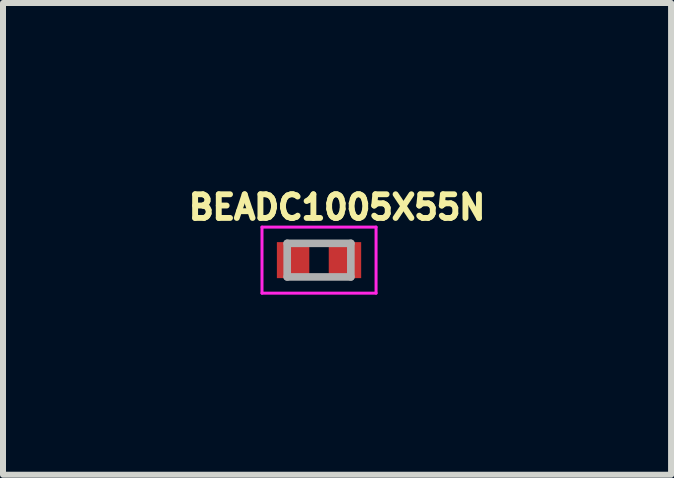
<source format=kicad_pcb>
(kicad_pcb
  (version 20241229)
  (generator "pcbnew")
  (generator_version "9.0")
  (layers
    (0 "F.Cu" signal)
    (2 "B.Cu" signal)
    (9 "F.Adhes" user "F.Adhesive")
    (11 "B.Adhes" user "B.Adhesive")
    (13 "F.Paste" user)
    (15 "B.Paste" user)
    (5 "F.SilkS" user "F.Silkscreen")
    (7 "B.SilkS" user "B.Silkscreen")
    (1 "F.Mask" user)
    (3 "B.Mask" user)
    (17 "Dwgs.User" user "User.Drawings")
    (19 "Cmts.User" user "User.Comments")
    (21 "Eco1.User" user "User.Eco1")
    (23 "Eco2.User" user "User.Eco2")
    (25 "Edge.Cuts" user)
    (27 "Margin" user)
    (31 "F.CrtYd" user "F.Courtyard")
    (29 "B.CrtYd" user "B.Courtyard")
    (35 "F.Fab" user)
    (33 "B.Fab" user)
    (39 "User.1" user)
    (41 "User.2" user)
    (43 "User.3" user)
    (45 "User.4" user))
  (footprint "BEADC1005X55N"
    (layer "F.Cu")
    (at 2.264 1.283)
    (property "Reference" "BEADC1005X55N" (at 0.3 -0.88 0) (layer "F.SilkS") (effects (font (size 0.394 0.394) (thickness 0.098))))
    (attr smd)
    (fp_line (start -0.95 -0.55) (end 0.95 -0.55) (stroke (width 0.05) (type solid)) (layer "F.CrtYd"))
    (fp_line (start -0.95 0.55) (end -0.95 -0.55) (stroke (width 0.05) (type solid)) (layer "F.CrtYd"))
    (fp_line (start -0.95 0.55) (end 0.95 0.55) (stroke (width 0.05) (type solid)) (layer "F.CrtYd"))
    (fp_line (start 0.95 0.55) (end 0.95 -0.55) (stroke (width 0.05) (type solid)) (layer "F.CrtYd"))
    (fp_line (start -0.53 0.28) (end -0.53 -0.28) (stroke (width 0.127) (type solid)) (layer "F.Fab"))
    (fp_line (start 0.53 -0.28) (end -0.53 -0.28) (stroke (width 0.127) (type solid)) (layer "F.Fab"))
    (fp_line (start 0.53 0.28) (end -0.53 0.28) (stroke (width 0.127) (type solid)) (layer "F.Fab"))
    (fp_line (start 0.53 0.28) (end 0.53 -0.28) (stroke (width 0.127) (type solid)) (layer "F.Fab"))
    (pad "1" smd rect (at -0.432 0) (size 0.54 0.6) (layers "F.Cu" "F.Mask" "F.Paste"))
    (pad "2" smd rect (at 0.432 0) (size 0.54 0.6) (layers "F.Cu" "F.Mask" "F.Paste")))
  (gr_rect
    (start -3 -3)
    (end 8.128 4.858)
    (stroke (width 0.1) (type default))
    (fill no)
    (layer "Edge.Cuts")))
</source>
